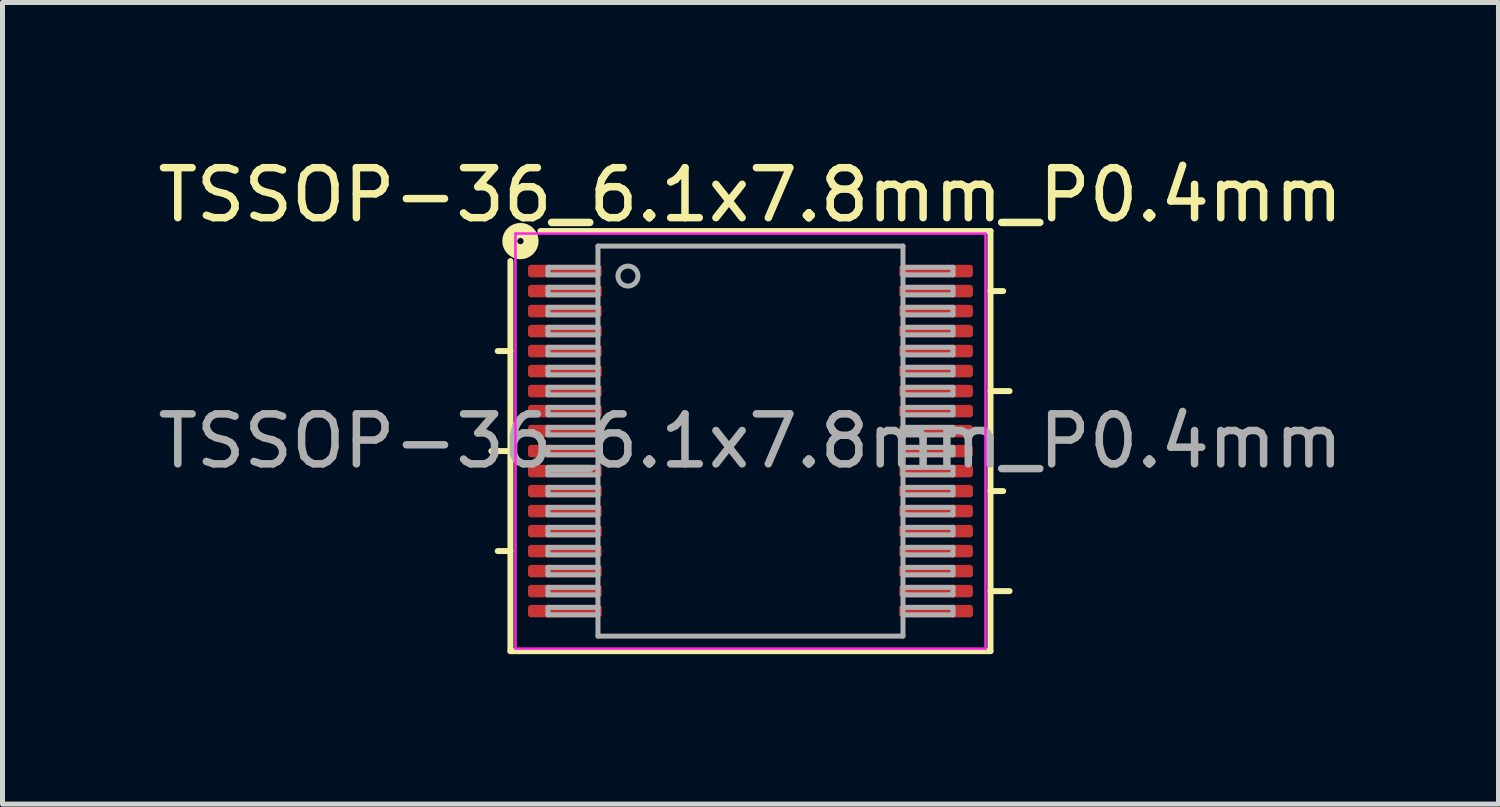
<source format=kicad_pcb>
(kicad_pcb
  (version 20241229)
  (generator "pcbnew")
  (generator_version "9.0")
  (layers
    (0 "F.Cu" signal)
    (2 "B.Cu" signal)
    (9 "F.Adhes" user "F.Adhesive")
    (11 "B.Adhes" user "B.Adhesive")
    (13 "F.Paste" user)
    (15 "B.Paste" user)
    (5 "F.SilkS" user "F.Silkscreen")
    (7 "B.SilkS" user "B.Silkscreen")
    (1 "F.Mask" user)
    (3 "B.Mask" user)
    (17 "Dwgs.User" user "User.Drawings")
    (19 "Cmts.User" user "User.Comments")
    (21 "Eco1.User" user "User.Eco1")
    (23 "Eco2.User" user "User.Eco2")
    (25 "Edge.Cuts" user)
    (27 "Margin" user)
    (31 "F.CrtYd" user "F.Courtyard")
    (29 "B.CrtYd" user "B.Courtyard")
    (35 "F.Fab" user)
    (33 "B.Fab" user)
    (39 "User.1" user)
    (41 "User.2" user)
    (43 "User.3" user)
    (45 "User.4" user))
  (footprint "TSSOP-36_6.1x7.8mm_P0.4mm"
    (layer "F.Cu")
    (at 11.958 5.771)
    (property "Reference" "TSSOP-36_6.1x7.8mm_P0.4mm" (at 0 -4.923 0) (layer "F.SilkS") (effects (font (size 1 1) (thickness 0.15))))
    (attr smd)
    (fp_line (start -5.181 0.2) (end -4.8 0.2) (stroke (width 0.12) (type solid)) (layer "F.SilkS"))
    (fp_line (start -5.054 -1.8) (end -4.8 -1.8) (stroke (width 0.12) (type solid)) (layer "F.SilkS"))
    (fp_line (start -5.054 2.2) (end -4.8 2.2) (stroke (width 0.12) (type solid)) (layer "F.SilkS"))
    (fp_line (start -4.8 -3.6) (end -4.8 4.2) (stroke (width 0.12) (type solid)) (layer "F.SilkS"))
    (fp_line (start -4.8 4.2) (end 4.8 4.2) (stroke (width 0.12) (type solid)) (layer "F.SilkS"))
    (fp_line (start 4.8 -4.2) (end -4.2 -4.2) (stroke (width 0.12) (type solid)) (layer "F.SilkS"))
    (fp_line (start 4.8 -3) (end 5.054 -3) (stroke (width 0.12) (type solid)) (layer "F.SilkS"))
    (fp_line (start 4.8 -1) (end 5.181 -1) (stroke (width 0.12) (type solid)) (layer "F.SilkS"))
    (fp_line (start 4.8 1) (end 5.054 1) (stroke (width 0.12) (type solid)) (layer "F.SilkS"))
    (fp_line (start 4.8 3) (end 5.181 3) (stroke (width 0.12) (type solid)) (layer "F.SilkS"))
    (fp_line (start 4.8 4.2) (end 4.8 -4.2) (stroke (width 0.12) (type solid)) (layer "F.SilkS"))
    (fp_circle (center -4.6 -4) (end -4.537 -4) (stroke (width 0.3) (type solid)) (fill no) (layer "F.SilkS"))
    (fp_line (start -4.7 -4.15) (end -4.7 4.15) (stroke (width 0.05) (type solid)) (layer "F.CrtYd"))
    (fp_line (start -4.7 4.15) (end 4.7 4.15) (stroke (width 0.05) (type solid)) (layer "F.CrtYd"))
    (fp_line (start 4.7 -4.15) (end -4.7 -4.15) (stroke (width 0.05) (type solid)) (layer "F.CrtYd"))
    (fp_line (start 4.7 4.15) (end 4.7 -4.15) (stroke (width 0.05) (type solid)) (layer "F.CrtYd"))
    (fp_line (start -4.05 -3.475) (end -4.05 -3.325) (stroke (width 0.1) (type solid)) (layer "F.Fab"))
    (fp_line (start -4.05 -3.475) (end -3.05 -3.475) (stroke (width 0.1) (type solid)) (layer "F.Fab"))
    (fp_line (start -4.05 -3.325) (end -3.05 -3.325) (stroke (width 0.1) (type solid)) (layer "F.Fab"))
    (fp_line (start -4.05 -3.075) (end -4.05 -2.925) (stroke (width 0.1) (type solid)) (layer "F.Fab"))
    (fp_line (start -4.05 -3.075) (end -3.05 -3.075) (stroke (width 0.1) (type solid)) (layer "F.Fab"))
    (fp_line (start -4.05 -2.925) (end -3.05 -2.925) (stroke (width 0.1) (type solid)) (layer "F.Fab"))
    (fp_line (start -4.05 -2.675) (end -4.05 -2.525) (stroke (width 0.1) (type solid)) (layer "F.Fab"))
    (fp_line (start -4.05 -2.675) (end -3.05 -2.675) (stroke (width 0.1) (type solid)) (layer "F.Fab"))
    (fp_line (start -4.05 -2.525) (end -3.05 -2.525) (stroke (width 0.1) (type solid)) (layer "F.Fab"))
    (fp_line (start -4.05 -2.275) (end -4.05 -2.125) (stroke (width 0.1) (type solid)) (layer "F.Fab"))
    (fp_line (start -4.05 -2.275) (end -3.05 -2.275) (stroke (width 0.1) (type solid)) (layer "F.Fab"))
    (fp_line (start -4.05 -2.125) (end -3.05 -2.125) (stroke (width 0.1) (type solid)) (layer "F.Fab"))
    (fp_line (start -4.05 -1.875) (end -4.05 -1.725) (stroke (width 0.1) (type solid)) (layer "F.Fab"))
    (fp_line (start -4.05 -1.875) (end -3.05 -1.875) (stroke (width 0.1) (type solid)) (layer "F.Fab"))
    (fp_line (start -4.05 -1.725) (end -3.05 -1.725) (stroke (width 0.1) (type solid)) (layer "F.Fab"))
    (fp_line (start -4.05 -1.475) (end -4.05 -1.325) (stroke (width 0.1) (type solid)) (layer "F.Fab"))
    (fp_line (start -4.05 -1.475) (end -3.05 -1.475) (stroke (width 0.1) (type solid)) (layer "F.Fab"))
    (fp_line (start -4.05 -1.325) (end -3.05 -1.325) (stroke (width 0.1) (type solid)) (layer "F.Fab"))
    (fp_line (start -4.05 -1.075) (end -4.05 -0.925) (stroke (width 0.1) (type solid)) (layer "F.Fab"))
    (fp_line (start -4.05 -1.075) (end -3.05 -1.075) (stroke (width 0.1) (type solid)) (layer "F.Fab"))
    (fp_line (start -4.05 -0.925) (end -3.05 -0.925) (stroke (width 0.1) (type solid)) (layer "F.Fab"))
    (fp_line (start -4.05 -0.675) (end -4.05 -0.525) (stroke (width 0.1) (type solid)) (layer "F.Fab"))
    (fp_line (start -4.05 -0.675) (end -3.05 -0.675) (stroke (width 0.1) (type solid)) (layer "F.Fab"))
    (fp_line (start -4.05 -0.525) (end -3.05 -0.525) (stroke (width 0.1) (type solid)) (layer "F.Fab"))
    (fp_line (start -4.05 -0.275) (end -4.05 -0.125) (stroke (width 0.1) (type solid)) (layer "F.Fab"))
    (fp_line (start -4.05 -0.275) (end -3.05 -0.275) (stroke (width 0.1) (type solid)) (layer "F.Fab"))
    (fp_line (start -4.05 -0.125) (end -3.05 -0.125) (stroke (width 0.1) (type solid)) (layer "F.Fab"))
    (fp_line (start -4.05 0.125) (end -4.05 0.275) (stroke (width 0.1) (type solid)) (layer "F.Fab"))
    (fp_line (start -4.05 0.125) (end -3.05 0.125) (stroke (width 0.1) (type solid)) (layer "F.Fab"))
    (fp_line (start -4.05 0.275) (end -3.05 0.275) (stroke (width 0.1) (type solid)) (layer "F.Fab"))
    (fp_line (start -4.05 0.525) (end -4.05 0.675) (stroke (width 0.1) (type solid)) (layer "F.Fab"))
    (fp_line (start -4.05 0.525) (end -3.05 0.525) (stroke (width 0.1) (type solid)) (layer "F.Fab"))
    (fp_line (start -4.05 0.675) (end -3.05 0.675) (stroke (width 0.1) (type solid)) (layer "F.Fab"))
    (fp_line (start -4.05 0.925) (end -4.05 1.075) (stroke (width 0.1) (type solid)) (layer "F.Fab"))
    (fp_line (start -4.05 0.925) (end -3.05 0.925) (stroke (width 0.1) (type solid)) (layer "F.Fab"))
    (fp_line (start -4.05 1.075) (end -3.05 1.075) (stroke (width 0.1) (type solid)) (layer "F.Fab"))
    (fp_line (start -4.05 1.325) (end -4.05 1.475) (stroke (width 0.1) (type solid)) (layer "F.Fab"))
    (fp_line (start -4.05 1.325) (end -3.05 1.325) (stroke (width 0.1) (type solid)) (layer "F.Fab"))
    (fp_line (start -4.05 1.475) (end -3.05 1.475) (stroke (width 0.1) (type solid)) (layer "F.Fab"))
    (fp_line (start -4.05 1.725) (end -4.05 1.875) (stroke (width 0.1) (type solid)) (layer "F.Fab"))
    (fp_line (start -4.05 1.725) (end -3.05 1.725) (stroke (width 0.1) (type solid)) (layer "F.Fab"))
    (fp_line (start -4.05 1.875) (end -3.05 1.875) (stroke (width 0.1) (type solid)) (layer "F.Fab"))
    (fp_line (start -4.05 2.125) (end -4.05 2.275) (stroke (width 0.1) (type solid)) (layer "F.Fab"))
    (fp_line (start -4.05 2.125) (end -3.05 2.125) (stroke (width 0.1) (type solid)) (layer "F.Fab"))
    (fp_line (start -4.05 2.275) (end -3.05 2.275) (stroke (width 0.1) (type solid)) (layer "F.Fab"))
    (fp_line (start -4.05 2.525) (end -4.05 2.675) (stroke (width 0.1) (type solid)) (layer "F.Fab"))
    (fp_line (start -4.05 2.525) (end -3.05 2.525) (stroke (width 0.1) (type solid)) (layer "F.Fab"))
    (fp_line (start -4.05 2.675) (end -3.05 2.675) (stroke (width 0.1) (type solid)) (layer "F.Fab"))
    (fp_line (start -4.05 2.925) (end -4.05 3.075) (stroke (width 0.1) (type solid)) (layer "F.Fab"))
    (fp_line (start -4.05 2.925) (end -3.05 2.925) (stroke (width 0.1) (type solid)) (layer "F.Fab"))
    (fp_line (start -4.05 3.075) (end -3.05 3.075) (stroke (width 0.1) (type solid)) (layer "F.Fab"))
    (fp_line (start -4.05 3.325) (end -4.05 3.475) (stroke (width 0.1) (type solid)) (layer "F.Fab"))
    (fp_line (start -4.05 3.325) (end -3.05 3.325) (stroke (width 0.1) (type solid)) (layer "F.Fab"))
    (fp_line (start -4.05 3.475) (end -3.05 3.475) (stroke (width 0.1) (type solid)) (layer "F.Fab"))
    (fp_line (start -3.05 -3.9) (end 3.05 -3.9) (stroke (width 0.1) (type solid)) (layer "F.Fab"))
    (fp_line (start -3.05 3.9) (end -3.05 -3.9) (stroke (width 0.1) (type solid)) (layer "F.Fab"))
    (fp_line (start 3.05 -3.9) (end 3.05 3.9) (stroke (width 0.1) (type solid)) (layer "F.Fab"))
    (fp_line (start 3.05 3.9) (end -3.05 3.9) (stroke (width 0.1) (type solid)) (layer "F.Fab"))
    (fp_line (start 4.05 -3.475) (end 3.05 -3.475) (stroke (width 0.1) (type solid)) (layer "F.Fab"))
    (fp_line (start 4.05 -3.325) (end 3.05 -3.325) (stroke (width 0.1) (type solid)) (layer "F.Fab"))
    (fp_line (start 4.05 -3.325) (end 4.05 -3.475) (stroke (width 0.1) (type solid)) (layer "F.Fab"))
    (fp_line (start 4.05 -3.075) (end 3.05 -3.075) (stroke (width 0.1) (type solid)) (layer "F.Fab"))
    (fp_line (start 4.05 -2.925) (end 3.05 -2.925) (stroke (width 0.1) (type solid)) (layer "F.Fab"))
    (fp_line (start 4.05 -2.925) (end 4.05 -3.075) (stroke (width 0.1) (type solid)) (layer "F.Fab"))
    (fp_line (start 4.05 -2.675) (end 3.05 -2.675) (stroke (width 0.1) (type solid)) (layer "F.Fab"))
    (fp_line (start 4.05 -2.525) (end 3.05 -2.525) (stroke (width 0.1) (type solid)) (layer "F.Fab"))
    (fp_line (start 4.05 -2.525) (end 4.05 -2.675) (stroke (width 0.1) (type solid)) (layer "F.Fab"))
    (fp_line (start 4.05 -2.275) (end 3.05 -2.275) (stroke (width 0.1) (type solid)) (layer "F.Fab"))
    (fp_line (start 4.05 -2.125) (end 3.05 -2.125) (stroke (width 0.1) (type solid)) (layer "F.Fab"))
    (fp_line (start 4.05 -2.125) (end 4.05 -2.275) (stroke (width 0.1) (type solid)) (layer "F.Fab"))
    (fp_line (start 4.05 -1.875) (end 3.05 -1.875) (stroke (width 0.1) (type solid)) (layer "F.Fab"))
    (fp_line (start 4.05 -1.725) (end 3.05 -1.725) (stroke (width 0.1) (type solid)) (layer "F.Fab"))
    (fp_line (start 4.05 -1.725) (end 4.05 -1.875) (stroke (width 0.1) (type solid)) (layer "F.Fab"))
    (fp_line (start 4.05 -1.475) (end 3.05 -1.475) (stroke (width 0.1) (type solid)) (layer "F.Fab"))
    (fp_line (start 4.05 -1.325) (end 3.05 -1.325) (stroke (width 0.1) (type solid)) (layer "F.Fab"))
    (fp_line (start 4.05 -1.325) (end 4.05 -1.475) (stroke (width 0.1) (type solid)) (layer "F.Fab"))
    (fp_line (start 4.05 -1.075) (end 3.05 -1.075) (stroke (width 0.1) (type solid)) (layer "F.Fab"))
    (fp_line (start 4.05 -0.925) (end 3.05 -0.925) (stroke (width 0.1) (type solid)) (layer "F.Fab"))
    (fp_line (start 4.05 -0.925) (end 4.05 -1.075) (stroke (width 0.1) (type solid)) (layer "F.Fab"))
    (fp_line (start 4.05 -0.675) (end 3.05 -0.675) (stroke (width 0.1) (type solid)) (layer "F.Fab"))
    (fp_line (start 4.05 -0.525) (end 3.05 -0.525) (stroke (width 0.1) (type solid)) (layer "F.Fab"))
    (fp_line (start 4.05 -0.525) (end 4.05 -0.675) (stroke (width 0.1) (type solid)) (layer "F.Fab"))
    (fp_line (start 4.05 -0.275) (end 3.05 -0.275) (stroke (width 0.1) (type solid)) (layer "F.Fab"))
    (fp_line (start 4.05 -0.125) (end 3.05 -0.125) (stroke (width 0.1) (type solid)) (layer "F.Fab"))
    (fp_line (start 4.05 -0.125) (end 4.05 -0.275) (stroke (width 0.1) (type solid)) (layer "F.Fab"))
    (fp_line (start 4.05 0.125) (end 3.05 0.125) (stroke (width 0.1) (type solid)) (layer "F.Fab"))
    (fp_line (start 4.05 0.275) (end 3.05 0.275) (stroke (width 0.1) (type solid)) (layer "F.Fab"))
    (fp_line (start 4.05 0.275) (end 4.05 0.125) (stroke (width 0.1) (type solid)) (layer "F.Fab"))
    (fp_line (start 4.05 0.525) (end 3.05 0.525) (stroke (width 0.1) (type solid)) (layer "F.Fab"))
    (fp_line (start 4.05 0.675) (end 3.05 0.675) (stroke (width 0.1) (type solid)) (layer "F.Fab"))
    (fp_line (start 4.05 0.675) (end 4.05 0.525) (stroke (width 0.1) (type solid)) (layer "F.Fab"))
    (fp_line (start 4.05 0.925) (end 3.05 0.925) (stroke (width 0.1) (type solid)) (layer "F.Fab"))
    (fp_line (start 4.05 1.075) (end 3.05 1.075) (stroke (width 0.1) (type solid)) (layer "F.Fab"))
    (fp_line (start 4.05 1.075) (end 4.05 0.925) (stroke (width 0.1) (type solid)) (layer "F.Fab"))
    (fp_line (start 4.05 1.325) (end 3.05 1.325) (stroke (width 0.1) (type solid)) (layer "F.Fab"))
    (fp_line (start 4.05 1.475) (end 3.05 1.475) (stroke (width 0.1) (type solid)) (layer "F.Fab"))
    (fp_line (start 4.05 1.475) (end 4.05 1.325) (stroke (width 0.1) (type solid)) (layer "F.Fab"))
    (fp_line (start 4.05 1.725) (end 3.05 1.725) (stroke (width 0.1) (type solid)) (layer "F.Fab"))
    (fp_line (start 4.05 1.875) (end 3.05 1.875) (stroke (width 0.1) (type solid)) (layer "F.Fab"))
    (fp_line (start 4.05 1.875) (end 4.05 1.725) (stroke (width 0.1) (type solid)) (layer "F.Fab"))
    (fp_line (start 4.05 2.125) (end 3.05 2.125) (stroke (width 0.1) (type solid)) (layer "F.Fab"))
    (fp_line (start 4.05 2.275) (end 3.05 2.275) (stroke (width 0.1) (type solid)) (layer "F.Fab"))
    (fp_line (start 4.05 2.275) (end 4.05 2.125) (stroke (width 0.1) (type solid)) (layer "F.Fab"))
    (fp_line (start 4.05 2.525) (end 3.05 2.525) (stroke (width 0.1) (type solid)) (layer "F.Fab"))
    (fp_line (start 4.05 2.675) (end 3.05 2.675) (stroke (width 0.1) (type solid)) (layer "F.Fab"))
    (fp_line (start 4.05 2.675) (end 4.05 2.525) (stroke (width 0.1) (type solid)) (layer "F.Fab"))
    (fp_line (start 4.05 2.925) (end 3.05 2.925) (stroke (width 0.1) (type solid)) (layer "F.Fab"))
    (fp_line (start 4.05 3.075) (end 3.05 3.075) (stroke (width 0.1) (type solid)) (layer "F.Fab"))
    (fp_line (start 4.05 3.075) (end 4.05 2.925) (stroke (width 0.1) (type solid)) (layer "F.Fab"))
    (fp_line (start 4.05 3.325) (end 3.05 3.325) (stroke (width 0.1) (type solid)) (layer "F.Fab"))
    (fp_line (start 4.05 3.475) (end 3.05 3.475) (stroke (width 0.1) (type solid)) (layer "F.Fab"))
    (fp_line (start 4.05 3.475) (end 4.05 3.325) (stroke (width 0.1) (type solid)) (layer "F.Fab"))
    (fp_circle (center -2.45 -3.3) (end -2.25 -3.3) (stroke (width 0.1) (type solid)) (fill no) (layer "F.Fab"))
    (fp_text user "${REFERENCE}" (at 0 0 0) (layer "F.Fab") (effects (font (size 1 1) (thickness 0.15))))
    (pad "1" smd roundrect (at -3.712 -3.4) (size 1.475 0.25) (layers "F.Cu" "F.Mask" "F.Paste") (roundrect_rratio 0.25))
    (pad "2" smd roundrect (at -3.712 -3) (size 1.475 0.25) (layers "F.Cu" "F.Mask" "F.Paste") (roundrect_rratio 0.25))
    (pad "3" smd roundrect (at -3.712 -2.6) (size 1.475 0.25) (layers "F.Cu" "F.Mask" "F.Paste") (roundrect_rratio 0.25))
    (pad "4" smd roundrect (at -3.712 -2.2) (size 1.475 0.25) (layers "F.Cu" "F.Mask" "F.Paste") (roundrect_rratio 0.25))
    (pad "5" smd roundrect (at -3.712 -1.8) (size 1.475 0.25) (layers "F.Cu" "F.Mask" "F.Paste") (roundrect_rratio 0.25))
    (pad "6" smd roundrect (at -3.712 -1.4) (size 1.475 0.25) (layers "F.Cu" "F.Mask" "F.Paste") (roundrect_rratio 0.25))
    (pad "7" smd roundrect (at -3.712 -1) (size 1.475 0.25) (layers "F.Cu" "F.Mask" "F.Paste") (roundrect_rratio 0.25))
    (pad "8" smd roundrect (at -3.712 -0.6) (size 1.475 0.25) (layers "F.Cu" "F.Mask" "F.Paste") (roundrect_rratio 0.25))
    (pad "9" smd roundrect (at -3.712 -0.2) (size 1.475 0.25) (layers "F.Cu" "F.Mask" "F.Paste") (roundrect_rratio 0.25))
    (pad "10" smd roundrect (at -3.712 0.2) (size 1.475 0.25) (layers "F.Cu" "F.Mask" "F.Paste") (roundrect_rratio 0.25))
    (pad "11" smd roundrect (at -3.712 0.6) (size 1.475 0.25) (layers "F.Cu" "F.Mask" "F.Paste") (roundrect_rratio 0.25))
    (pad "12" smd roundrect (at -3.712 1) (size 1.475 0.25) (layers "F.Cu" "F.Mask" "F.Paste") (roundrect_rratio 0.25))
    (pad "13" smd roundrect (at -3.712 1.4) (size 1.475 0.25) (layers "F.Cu" "F.Mask" "F.Paste") (roundrect_rratio 0.25))
    (pad "14" smd roundrect (at -3.712 1.8) (size 1.475 0.25) (layers "F.Cu" "F.Mask" "F.Paste") (roundrect_rratio 0.25))
    (pad "15" smd roundrect (at -3.712 2.2) (size 1.475 0.25) (layers "F.Cu" "F.Mask" "F.Paste") (roundrect_rratio 0.25))
    (pad "16" smd roundrect (at -3.712 2.6) (size 1.475 0.25) (layers "F.Cu" "F.Mask" "F.Paste") (roundrect_rratio 0.25))
    (pad "17" smd roundrect (at -3.712 3) (size 1.475 0.25) (layers "F.Cu" "F.Mask" "F.Paste") (roundrect_rratio 0.25))
    (pad "18" smd roundrect (at -3.712 3.4) (size 1.475 0.25) (layers "F.Cu" "F.Mask" "F.Paste") (roundrect_rratio 0.25))
    (pad "19" smd roundrect (at 3.712 3.4) (size 1.475 0.25) (layers "F.Cu" "F.Mask" "F.Paste") (roundrect_rratio 0.25))
    (pad "20" smd roundrect (at 3.712 3) (size 1.475 0.25) (layers "F.Cu" "F.Mask" "F.Paste") (roundrect_rratio 0.25))
    (pad "21" smd roundrect (at 3.712 2.6) (size 1.475 0.25) (layers "F.Cu" "F.Mask" "F.Paste") (roundrect_rratio 0.25))
    (pad "22" smd roundrect (at 3.712 2.2) (size 1.475 0.25) (layers "F.Cu" "F.Mask" "F.Paste") (roundrect_rratio 0.25))
    (pad "23" smd roundrect (at 3.712 1.8) (size 1.475 0.25) (layers "F.Cu" "F.Mask" "F.Paste") (roundrect_rratio 0.25))
    (pad "24" smd roundrect (at 3.712 1.4) (size 1.475 0.25) (layers "F.Cu" "F.Mask" "F.Paste") (roundrect_rratio 0.25))
    (pad "25" smd roundrect (at 3.712 1) (size 1.475 0.25) (layers "F.Cu" "F.Mask" "F.Paste") (roundrect_rratio 0.25))
    (pad "26" smd roundrect (at 3.712 0.6) (size 1.475 0.25) (layers "F.Cu" "F.Mask" "F.Paste") (roundrect_rratio 0.25))
    (pad "27" smd roundrect (at 3.712 0.2) (size 1.475 0.25) (layers "F.Cu" "F.Mask" "F.Paste") (roundrect_rratio 0.25))
    (pad "28" smd roundrect (at 3.712 -0.2) (size 1.475 0.25) (layers "F.Cu" "F.Mask" "F.Paste") (roundrect_rratio 0.25))
    (pad "29" smd roundrect (at 3.712 -0.6) (size 1.475 0.25) (layers "F.Cu" "F.Mask" "F.Paste") (roundrect_rratio 0.25))
    (pad "30" smd roundrect (at 3.712 -1) (size 1.475 0.25) (layers "F.Cu" "F.Mask" "F.Paste") (roundrect_rratio 0.25))
    (pad "31" smd roundrect (at 3.712 -1.4) (size 1.475 0.25) (layers "F.Cu" "F.Mask" "F.Paste") (roundrect_rratio 0.25))
    (pad "32" smd roundrect (at 3.712 -1.8) (size 1.475 0.25) (layers "F.Cu" "F.Mask" "F.Paste") (roundrect_rratio 0.25))
    (pad "33" smd roundrect (at 3.712 -2.2) (size 1.475 0.25) (layers "F.Cu" "F.Mask" "F.Paste") (roundrect_rratio 0.25))
    (pad "34" smd roundrect (at 3.712 -2.6) (size 1.475 0.25) (layers "F.Cu" "F.Mask" "F.Paste") (roundrect_rratio 0.25))
    (pad "35" smd roundrect (at 3.712 -3) (size 1.475 0.25) (layers "F.Cu" "F.Mask" "F.Paste") (roundrect_rratio 0.25))
    (pad "36" smd roundrect (at 3.712 -3.4) (size 1.475 0.25) (layers "F.Cu" "F.Mask" "F.Paste") (roundrect_rratio 0.25)))
  (gr_rect
    (start -3 -3)
    (end 26.917 13.031)
    (stroke (width 0.1) (type default))
    (fill no)
    (layer "Edge.Cuts")))
</source>
